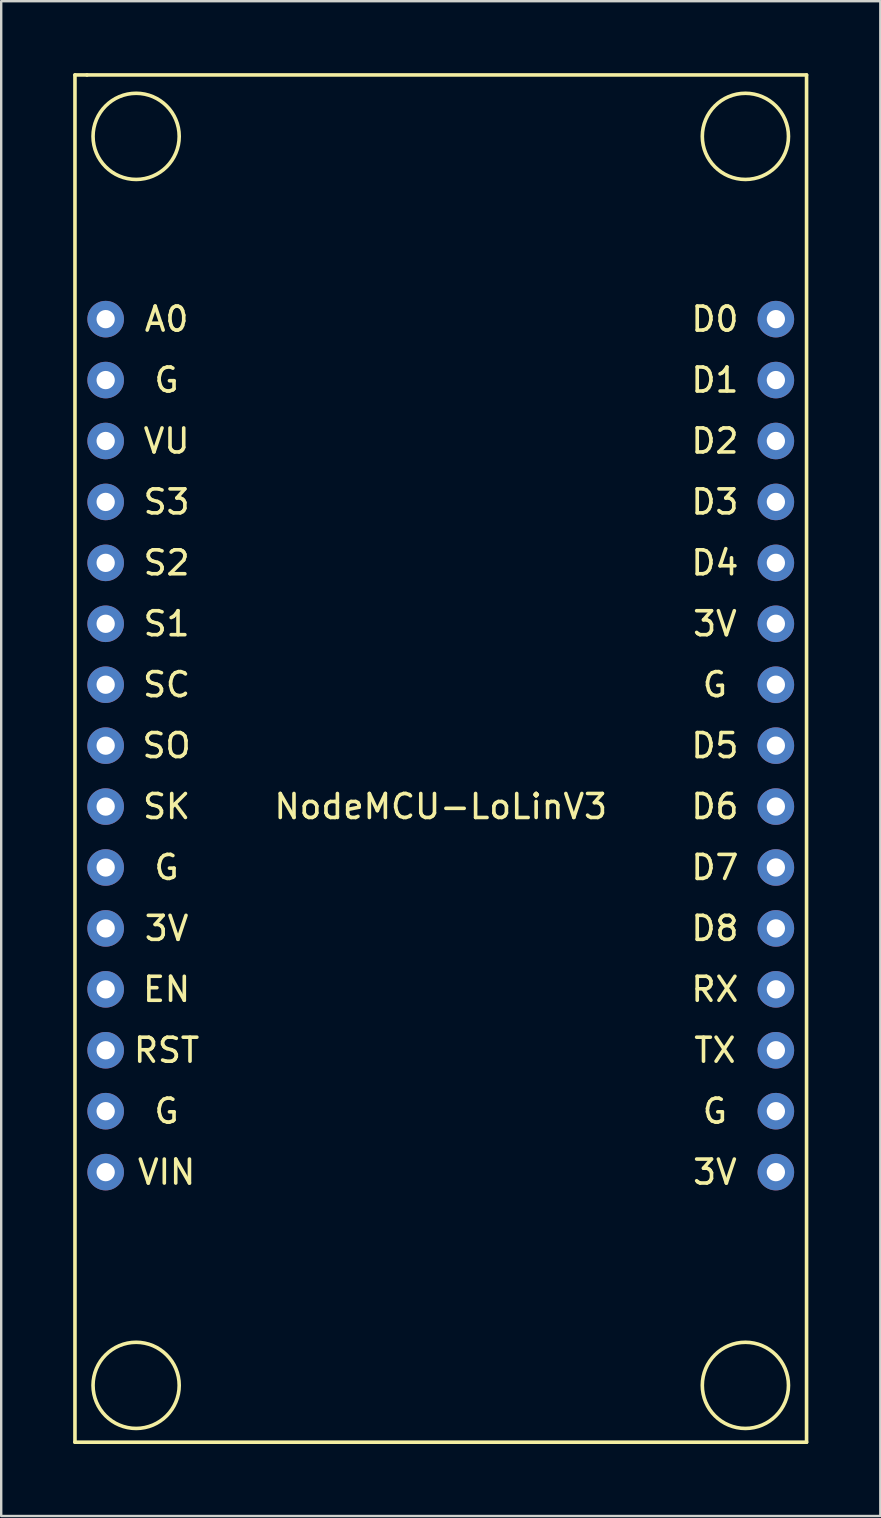
<source format=kicad_pcb>
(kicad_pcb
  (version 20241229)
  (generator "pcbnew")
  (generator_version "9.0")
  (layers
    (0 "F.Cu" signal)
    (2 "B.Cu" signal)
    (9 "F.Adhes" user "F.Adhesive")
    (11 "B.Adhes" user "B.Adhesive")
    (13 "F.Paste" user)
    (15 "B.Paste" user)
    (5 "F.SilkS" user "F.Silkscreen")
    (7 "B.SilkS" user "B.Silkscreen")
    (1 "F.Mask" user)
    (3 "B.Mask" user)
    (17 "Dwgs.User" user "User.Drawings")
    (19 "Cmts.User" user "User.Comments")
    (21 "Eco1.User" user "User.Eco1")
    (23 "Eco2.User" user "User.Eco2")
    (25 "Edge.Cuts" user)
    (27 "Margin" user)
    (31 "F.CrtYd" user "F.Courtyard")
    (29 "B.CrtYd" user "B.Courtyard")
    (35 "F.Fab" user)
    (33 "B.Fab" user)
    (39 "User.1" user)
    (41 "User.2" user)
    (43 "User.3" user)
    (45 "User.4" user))
  (footprint "NodeMCU-LoLinV3"
    (layer "F.Cu")
    (at 15.325 30.575)
    (property "Reference" "NodeMCU-LoLinV3" (at 0 0 0) (layer "F.SilkS") (effects (font (size 1 1) (thickness 0.15))))
    (attr through_hole)
    (fp_line (start -15.25 -30.5) (end -15.25 26.5) (stroke (width 0.15) (type solid)) (layer "F.SilkS"))
    (fp_line (start -15.25 26.5) (end 15.25 26.5) (stroke (width 0.15) (type solid)) (layer "F.SilkS"))
    (fp_line (start -14.75 -30.5) (end -15.25 -30.5) (stroke (width 0.15) (type solid)) (layer "F.SilkS"))
    (fp_line (start 15.25 -30.5) (end -14.75 -30.5) (stroke (width 0.15) (type solid)) (layer "F.SilkS"))
    (fp_line (start 15.25 26.5) (end 15.25 -30.5) (stroke (width 0.15) (type solid)) (layer "F.SilkS"))
    (fp_circle (center -12.7 -27.94) (end -11.43 -29.21) (stroke (width 0.15) (type solid)) (fill no) (layer "F.SilkS"))
    (fp_circle (center -12.7 24.13) (end -11.43 22.86) (stroke (width 0.15) (type solid)) (fill no) (layer "F.SilkS"))
    (fp_circle (center 12.7 -27.94) (end 13.97 -29.21) (stroke (width 0.15) (type solid)) (fill no) (layer "F.SilkS"))
    (fp_circle (center 12.7 24.13) (end 13.97 22.86) (stroke (width 0.15) (type solid)) (fill no) (layer "F.SilkS"))
    (fp_text user "3V" (at 11.43 -7.62 0) (layer "F.SilkS") (effects (font (size 1 1) (thickness 0.15))))
    (fp_text user "VU" (at -11.43 -15.24 0) (layer "F.SilkS") (effects (font (size 1 1) (thickness 0.15))))
    (fp_text user "3V" (at 11.43 15.24 0) (layer "F.SilkS") (effects (font (size 1 1) (thickness 0.15))))
    (fp_text user "D4" (at 11.43 -10.16 0) (layer "F.SilkS") (effects (font (size 1 1) (thickness 0.15))))
    (fp_text user "D5" (at 11.43 -2.54 0) (layer "F.SilkS") (effects (font (size 1 1) (thickness 0.15))))
    (fp_text user "EN" (at -11.43 7.62 0) (layer "F.SilkS") (effects (font (size 1 1) (thickness 0.15))))
    (fp_text user "D8" (at 11.43 5.08 0) (layer "F.SilkS") (effects (font (size 1 1) (thickness 0.15))))
    (fp_text user "SC" (at -11.43 -5.08 0) (layer "F.SilkS") (effects (font (size 1 1) (thickness 0.15))))
    (fp_text user "RST" (at -11.43 10.16 0) (layer "F.SilkS") (effects (font (size 1 1) (thickness 0.15))))
    (fp_text user "S3" (at -11.43 -12.7 0) (layer "F.SilkS") (effects (font (size 1 1) (thickness 0.15))))
    (fp_text user "D3" (at 11.43 -12.7 0) (layer "F.SilkS") (effects (font (size 1 1) (thickness 0.15))))
    (fp_text user "D0" (at 11.43 -20.32 0) (layer "F.SilkS") (effects (font (size 1 1) (thickness 0.15))))
    (fp_text user "RX" (at 11.43 7.62 0) (layer "F.SilkS") (effects (font (size 1 1) (thickness 0.15))))
    (fp_text user "SK" (at -11.43 0 0) (layer "F.SilkS") (effects (font (size 1 1) (thickness 0.15))))
    (fp_text user "G" (at -11.43 2.54 0) (layer "F.SilkS") (effects (font (size 1 1) (thickness 0.15))))
    (fp_text user "A0" (at -11.43 -20.32 0) (layer "F.SilkS") (effects (font (size 1 1) (thickness 0.15))))
    (fp_text user "D6" (at 11.43 0 0) (layer "F.SilkS") (effects (font (size 1 1) (thickness 0.15))))
    (fp_text user "D2" (at 11.43 -15.24 0) (layer "F.SilkS") (effects (font (size 1 1) (thickness 0.15))))
    (fp_text user "G" (at -11.43 12.7 0) (layer "F.SilkS") (effects (font (size 1 1) (thickness 0.15))))
    (fp_text user "SO" (at -11.43 -2.54 0) (layer "F.SilkS") (effects (font (size 1 1) (thickness 0.15))))
    (fp_text user "S1" (at -11.43 -7.62 0) (layer "F.SilkS") (effects (font (size 1 1) (thickness 0.15))))
    (fp_text user "TX" (at 11.43 10.16 0) (layer "F.SilkS") (effects (font (size 1 1) (thickness 0.15))))
    (fp_text user "VIN" (at -11.43 15.24 0) (layer "F.SilkS") (effects (font (size 1 1) (thickness 0.15))))
    (fp_text user "D1" (at 11.43 -17.78 0) (layer "F.SilkS") (effects (font (size 1 1) (thickness 0.15))))
    (fp_text user "G" (at 11.43 12.7 0) (layer "F.SilkS") (effects (font (size 1 1) (thickness 0.15))))
    (fp_text user "3V" (at -11.43 5.08 0) (layer "F.SilkS") (effects (font (size 1 1) (thickness 0.15))))
    (fp_text user "D7" (at 11.43 2.54 0) (layer "F.SilkS") (effects (font (size 1 1) (thickness 0.15))))
    (fp_text user "S2" (at -11.43 -10.16 0) (layer "F.SilkS") (effects (font (size 1 1) (thickness 0.15))))
    (fp_text user "G" (at -11.43 -17.78 0) (layer "F.SilkS") (effects (font (size 1 1) (thickness 0.15))))
    (fp_text user "G" (at 11.43 -5.08 0) (layer "F.SilkS") (effects (font (size 1 1) (thickness 0.15))))
    (pad "1" thru_hole circle (at -13.97 -20.32) (size 1.524 1.524) (drill 0.762) (layers "*.Cu" "*.Mask"))
    (pad "2" thru_hole circle (at -13.97 -17.78) (size 1.524 1.524) (drill 0.762) (layers "*.Cu" "*.Mask"))
    (pad "3" thru_hole circle (at -13.97 -15.24) (size 1.524 1.524) (drill 0.762) (layers "*.Cu" "*.Mask"))
    (pad "4" thru_hole circle (at -13.97 -12.7) (size 1.524 1.524) (drill 0.762) (layers "*.Cu" "*.Mask"))
    (pad "5" thru_hole circle (at -13.97 -10.16) (size 1.524 1.524) (drill 0.762) (layers "*.Cu" "*.Mask"))
    (pad "6" thru_hole circle (at -13.97 -7.62) (size 1.524 1.524) (drill 0.762) (layers "*.Cu" "*.Mask"))
    (pad "7" thru_hole circle (at -13.97 -5.08) (size 1.524 1.524) (drill 0.762) (layers "*.Cu" "*.Mask"))
    (pad "8" thru_hole circle (at -13.97 -2.54) (size 1.524 1.524) (drill 0.762) (layers "*.Cu" "*.Mask"))
    (pad "9" thru_hole circle (at -13.97 0) (size 1.524 1.524) (drill 0.762) (layers "*.Cu" "*.Mask"))
    (pad "10" thru_hole circle (at -13.97 2.54) (size 1.524 1.524) (drill 0.762) (layers "*.Cu" "*.Mask"))
    (pad "11" thru_hole circle (at -13.97 5.08) (size 1.524 1.524) (drill 0.762) (layers "*.Cu" "*.Mask"))
    (pad "12" thru_hole circle (at -13.97 7.62) (size 1.524 1.524) (drill 0.762) (layers "*.Cu" "*.Mask"))
    (pad "13" thru_hole circle (at -13.97 10.16) (size 1.524 1.524) (drill 0.762) (layers "*.Cu" "*.Mask"))
    (pad "14" thru_hole circle (at -13.97 12.7) (size 1.524 1.524) (drill 0.762) (layers "*.Cu" "*.Mask"))
    (pad "15" thru_hole circle (at -13.97 15.24) (size 1.524 1.524) (drill 0.762) (layers "*.Cu" "*.Mask"))
    (pad "16" thru_hole circle (at 13.97 15.24) (size 1.524 1.524) (drill 0.762) (layers "*.Cu" "*.Mask"))
    (pad "17" thru_hole circle (at 13.97 12.7) (size 1.524 1.524) (drill 0.762) (layers "*.Cu" "*.Mask"))
    (pad "18" thru_hole circle (at 13.97 10.16) (size 1.524 1.524) (drill 0.762) (layers "*.Cu" "*.Mask"))
    (pad "19" thru_hole circle (at 13.97 7.62) (size 1.524 1.524) (drill 0.762) (layers "*.Cu" "*.Mask"))
    (pad "20" thru_hole circle (at 13.97 5.08) (size 1.524 1.524) (drill 0.762) (layers "*.Cu" "*.Mask"))
    (pad "21" thru_hole circle (at 13.97 2.54) (size 1.524 1.524) (drill 0.762) (layers "*.Cu" "*.Mask"))
    (pad "22" thru_hole circle (at 13.97 0) (size 1.524 1.524) (drill 0.762) (layers "*.Cu" "*.Mask"))
    (pad "23" thru_hole circle (at 13.97 -2.54) (size 1.524 1.524) (drill 0.762) (layers "*.Cu" "*.Mask"))
    (pad "24" thru_hole circle (at 13.97 -5.08) (size 1.524 1.524) (drill 0.762) (layers "*.Cu" "*.Mask"))
    (pad "25" thru_hole circle (at 13.97 -7.62) (size 1.524 1.524) (drill 0.762) (layers "*.Cu" "*.Mask"))
    (pad "26" thru_hole circle (at 13.97 -10.16) (size 1.524 1.524) (drill 0.762) (layers "*.Cu" "*.Mask"))
    (pad "27" thru_hole circle (at 13.97 -12.7) (size 1.524 1.524) (drill 0.762) (layers "*.Cu" "*.Mask"))
    (pad "28" thru_hole circle (at 13.97 -15.24) (size 1.524 1.524) (drill 0.762) (layers "*.Cu" "*.Mask"))
    (pad "29" thru_hole circle (at 13.97 -17.78) (size 1.524 1.524) (drill 0.762) (layers "*.Cu" "*.Mask"))
    (pad "30" thru_hole circle (at 13.97 -20.32) (size 1.524 1.524) (drill 0.762) (layers "*.Cu" "*.Mask")))
  (gr_rect
    (start -3 -3)
    (end 33.65 60.15)
    (stroke (width 0.1) (type default))
    (fill no)
    (layer "Edge.Cuts")))
</source>
